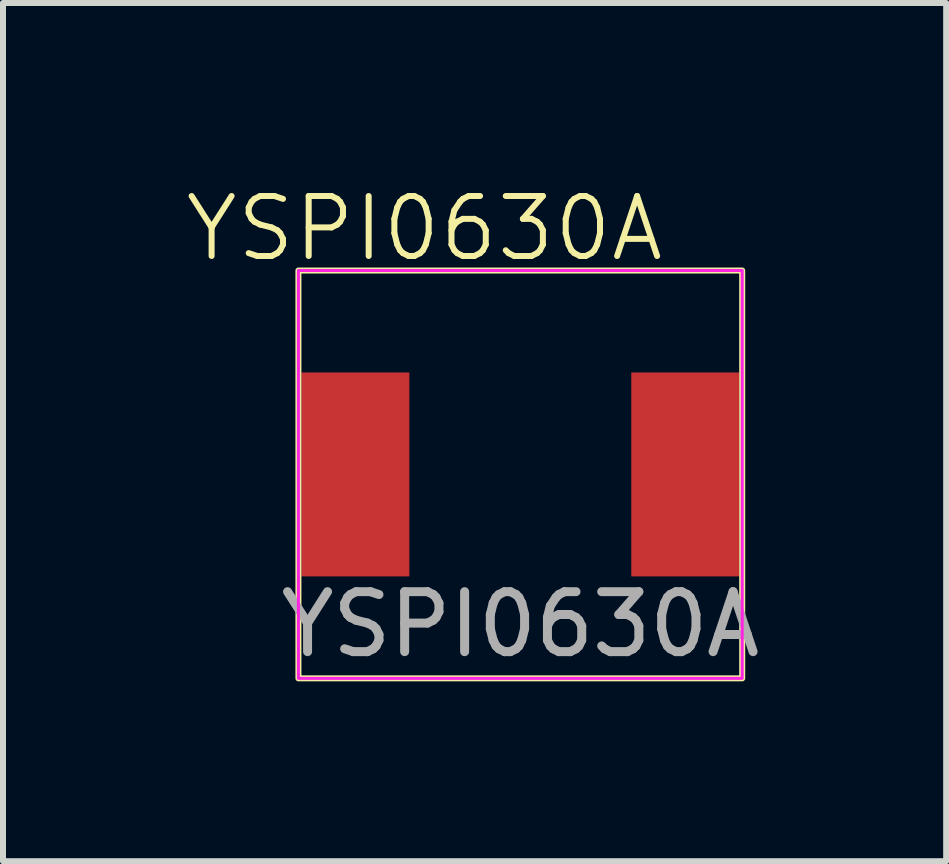
<source format=kicad_pcb>
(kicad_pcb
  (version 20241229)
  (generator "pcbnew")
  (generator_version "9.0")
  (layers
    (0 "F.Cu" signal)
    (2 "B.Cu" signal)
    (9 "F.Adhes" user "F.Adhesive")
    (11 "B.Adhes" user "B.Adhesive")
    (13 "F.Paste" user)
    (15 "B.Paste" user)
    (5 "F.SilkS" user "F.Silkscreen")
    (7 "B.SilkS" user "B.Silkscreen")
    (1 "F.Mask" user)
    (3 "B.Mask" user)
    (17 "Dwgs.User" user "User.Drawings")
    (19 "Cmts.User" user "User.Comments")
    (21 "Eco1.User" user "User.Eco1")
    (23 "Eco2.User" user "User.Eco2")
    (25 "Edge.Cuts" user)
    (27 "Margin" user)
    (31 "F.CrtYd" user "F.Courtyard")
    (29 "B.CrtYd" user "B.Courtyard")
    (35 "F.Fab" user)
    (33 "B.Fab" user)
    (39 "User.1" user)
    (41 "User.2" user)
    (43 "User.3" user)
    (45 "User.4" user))
  (footprint "YSPI0630A"
    (layer "F.Cu")
    (at 5.626 4.861)
    (property "Reference" "YSPI0630A" (at -1.6 -4.1 0) (unlocked yes) (layer "F.SilkS") (effects (font (size 1 1) (thickness 0.1))))
    (attr smd)
    (fp_rect (start -3.7 -3.4) (end 3.7 3.4) (stroke (width 0.1) (type default)) (fill no) (layer "F.SilkS"))
    (fp_rect (start -3.7 -3.4) (end 3.7 3.4) (stroke (width 0.05) (type default)) (fill no) (layer "F.CrtYd"))
    (fp_text user "${REFERENCE}" (at 0 2.5 0) (unlocked yes) (layer "F.Fab") (effects (font (size 1 1) (thickness 0.15))))
    (pad "1" smd rect (at -2.75 0) (size 1.8 3.4) (layers "F.Cu" "F.Mask" "F.Paste"))
    (pad "2" smd rect (at 2.75 0) (size 1.8 3.4) (layers "F.Cu" "F.Mask" "F.Paste")))
  (gr_rect
    (start -3 -3)
    (end 12.727 11.31)
    (stroke (width 0.1) (type default))
    (fill no)
    (layer "Edge.Cuts")))
</source>
